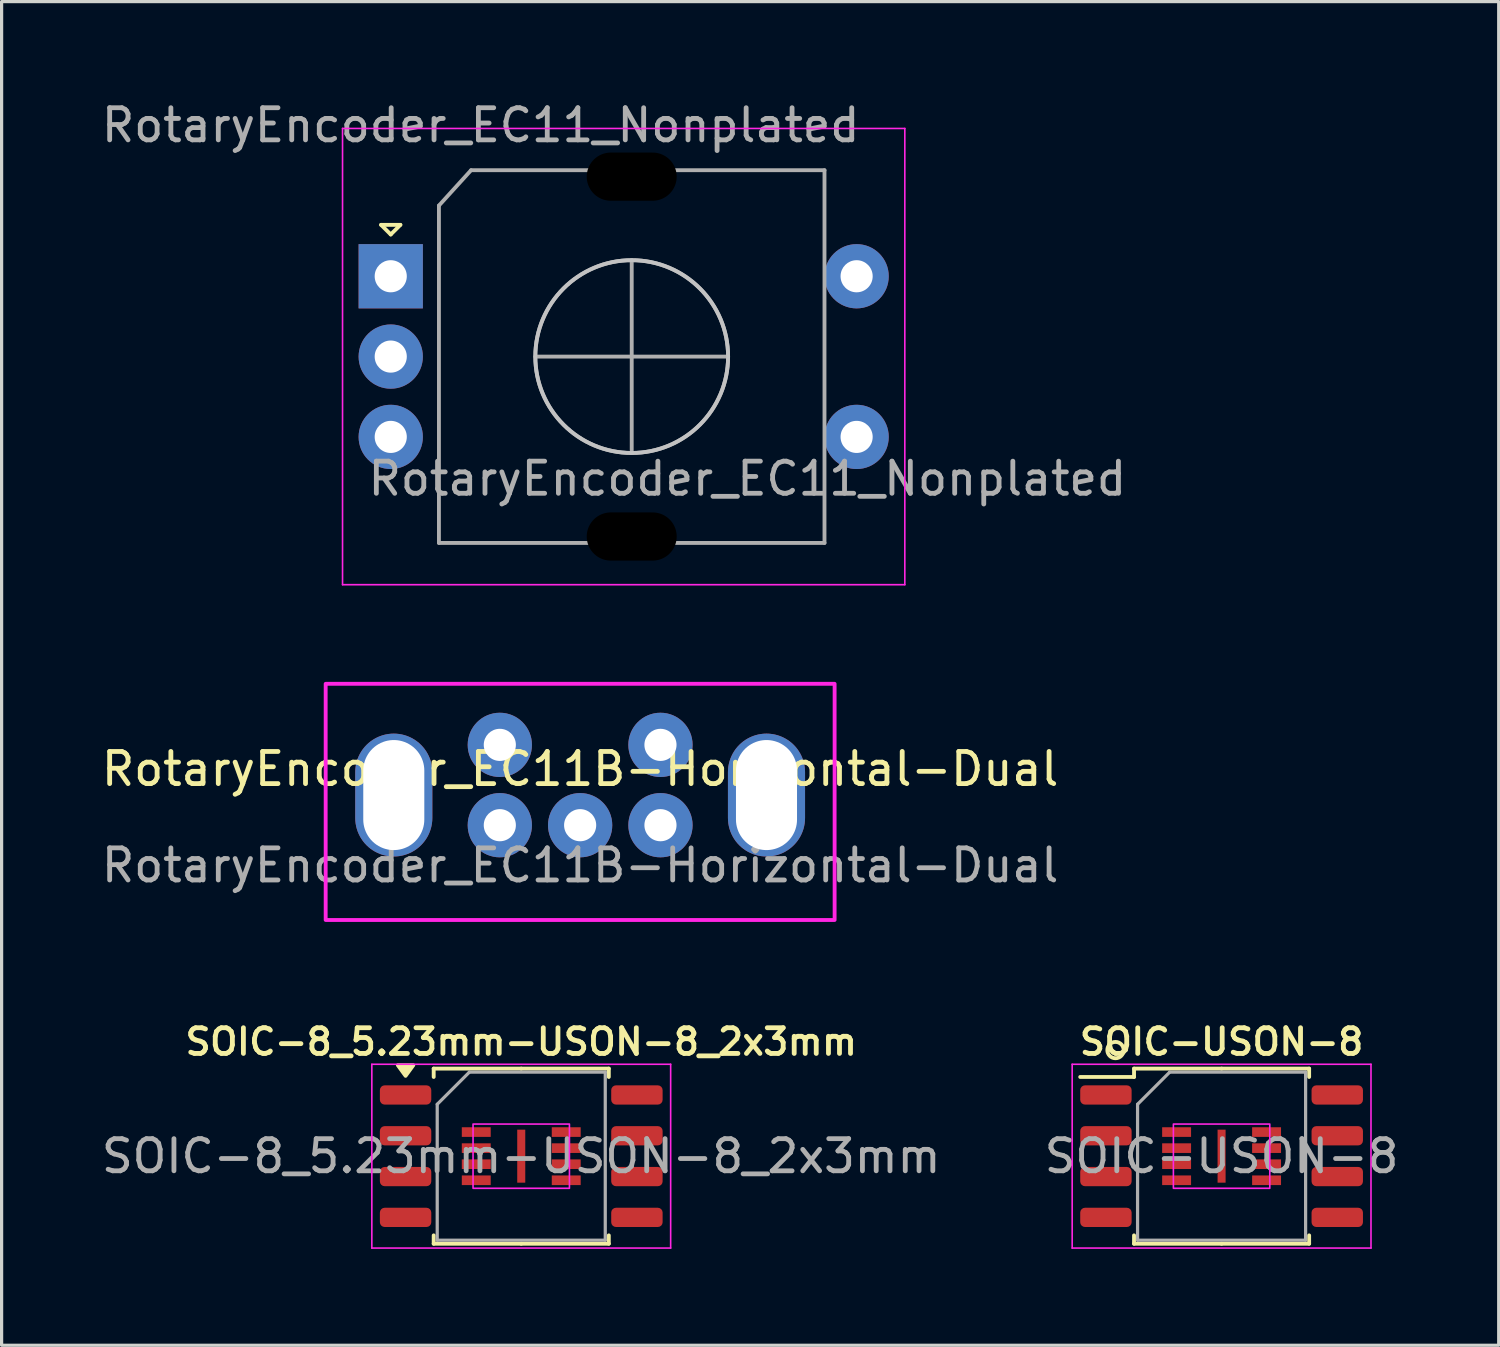
<source format=kicad_pcb>
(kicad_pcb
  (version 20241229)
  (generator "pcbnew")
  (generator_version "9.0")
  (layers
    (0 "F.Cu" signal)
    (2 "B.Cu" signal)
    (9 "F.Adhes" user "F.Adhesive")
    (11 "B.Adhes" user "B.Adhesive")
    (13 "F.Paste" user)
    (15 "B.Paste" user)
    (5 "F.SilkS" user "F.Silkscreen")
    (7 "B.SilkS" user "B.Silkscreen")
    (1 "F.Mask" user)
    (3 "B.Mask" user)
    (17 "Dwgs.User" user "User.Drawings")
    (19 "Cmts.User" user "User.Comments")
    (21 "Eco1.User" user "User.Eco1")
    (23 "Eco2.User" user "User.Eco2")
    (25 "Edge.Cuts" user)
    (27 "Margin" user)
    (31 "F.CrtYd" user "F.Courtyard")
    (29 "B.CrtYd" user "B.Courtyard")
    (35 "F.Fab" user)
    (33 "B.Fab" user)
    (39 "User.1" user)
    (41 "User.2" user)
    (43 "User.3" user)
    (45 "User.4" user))
  (footprint "RotaryEncoder_EC11B-Horizontal-Dual"
    (layer "F.Cu")
    (at 15.006 21.383)
    (property "Reference" "RotaryEncoder_EC11B-Horizontal-Dual" (at 0 -0.5 0) (unlocked yes) (layer "F.SilkS") (effects (font (size 1 1) (thickness 0.15))))
    (fp_rect (start -7.92 -3.15) (end 7.92 4.2) (stroke (width 0.12) (type solid)) (fill no) (layer "F.CrtYd"))
    (fp_text user "${REFERENCE}" (at 0 2.5 0) (unlocked yes) (layer "F.Fab") (effects (font (size 1 1) (thickness 0.15))))
    (pad "" thru_hole oval (at -5.8 0.312) (size 2.4 3.825) (drill oval 1.9 3.425) (layers "*.Cu" "*.Mask"))
    (pad "" thru_hole oval (at 5.8 0.312) (size 2.4 3.825) (drill oval 1.9 3.425) (layers "*.Cu" "*.Mask"))
    (pad "A" thru_hole circle (at -2.5 1.25) (size 2 2) (drill 1) (layers "*.Cu" "*.Mask"))
    (pad "B" thru_hole circle (at 2.5 1.25) (size 2 2) (drill 1) (layers "*.Cu" "*.Mask"))
    (pad "C" thru_hole circle (at 0 1.25) (size 2 2) (drill 1) (layers "*.Cu" "*.Mask"))
    (pad "S1" thru_hole circle (at -2.5 -1.25) (size 2 2) (drill 1) (layers "*.Cu" "*.Mask"))
    (pad "S2" thru_hole circle (at 2.5 -1.25) (size 2 2) (drill 1) (layers "*.Cu" "*.Mask")))
  (footprint "SOIC-8_5.23mm-USON-8_2x3mm"
    (layer "F.Cu")
    (at 13.173 32.934)
    (property "Reference" "SOIC-8_5.23mm-USON-8_2x3mm" (at 0 -3.56 0) (layer "F.SilkS") (effects (font (size 0.8 0.8) (thickness 0.15))))
    (attr smd)
    (fp_line (start -2.725 -2.725) (end -2.725 -2.465) (stroke (width 0.12) (type solid)) (layer "F.SilkS"))
    (fp_line (start -2.725 2.725) (end -2.725 2.465) (stroke (width 0.12) (type solid)) (layer "F.SilkS"))
    (fp_line (start 0 -2.725) (end -2.725 -2.725) (stroke (width 0.12) (type solid)) (layer "F.SilkS"))
    (fp_line (start 0 -2.725) (end 2.725 -2.725) (stroke (width 0.12) (type solid)) (layer "F.SilkS"))
    (fp_line (start 0 2.725) (end -2.725 2.725) (stroke (width 0.12) (type solid)) (layer "F.SilkS"))
    (fp_line (start 0 2.725) (end 2.725 2.725) (stroke (width 0.12) (type solid)) (layer "F.SilkS"))
    (fp_line (start 2.725 -2.725) (end 2.725 -2.465) (stroke (width 0.12) (type solid)) (layer "F.SilkS"))
    (fp_line (start 2.725 2.725) (end 2.725 2.465) (stroke (width 0.12) (type solid)) (layer "F.SilkS"))
    (fp_poly (pts (xy -3.6 -2.5) (xy -3.84 -2.83) (xy -3.36 -2.83) (xy -3.6 -2.5)) (stroke (width 0.12) (type solid)) (fill yes) (layer "F.SilkS"))
    (fp_line (start -4.65 -2.86) (end -4.65 2.86) (stroke (width 0.05) (type solid)) (layer "F.CrtYd"))
    (fp_line (start -4.65 2.86) (end 4.65 2.86) (stroke (width 0.05) (type solid)) (layer "F.CrtYd"))
    (fp_line (start 4.65 -2.86) (end -4.65 -2.86) (stroke (width 0.05) (type solid)) (layer "F.CrtYd"))
    (fp_line (start 4.65 2.86) (end 4.65 -2.86) (stroke (width 0.05) (type solid)) (layer "F.CrtYd"))
    (fp_rect (start -1.5 -1) (end 1.5 1) (stroke (width 0.05) (type solid)) (fill no) (layer "F.CrtYd"))
    (fp_line (start -2.615 -1.615) (end -1.615 -2.615) (stroke (width 0.1) (type solid)) (layer "F.Fab"))
    (fp_line (start -2.615 2.615) (end -2.615 -1.615) (stroke (width 0.1) (type solid)) (layer "F.Fab"))
    (fp_line (start -1.615 -2.615) (end 2.615 -2.615) (stroke (width 0.1) (type solid)) (layer "F.Fab"))
    (fp_line (start 2.615 -2.615) (end 2.615 2.615) (stroke (width 0.1) (type solid)) (layer "F.Fab"))
    (fp_line (start 2.615 2.615) (end -2.615 2.615) (stroke (width 0.1) (type solid)) (layer "F.Fab"))
    (fp_text user "${REFERENCE}" (at 0 0 0) (layer "F.Fab") (effects (font (size 1 1) (thickness 0.15))))
    (pad "1" smd roundrect (at -3.6 -1.905) (size 1.6 0.6) (layers "F.Cu" "F.Mask" "F.Paste") (roundrect_rratio 0.25))
    (pad "1" smd rect (at -1.4 -0.75) (size 0.9 0.3) (layers "F.Cu" "F.Mask" "F.Paste"))
    (pad "2" smd roundrect (at -3.6 -0.635) (size 1.6 0.6) (layers "F.Cu" "F.Mask" "F.Paste") (roundrect_rratio 0.25))
    (pad "2" smd rect (at -1.4 -0.25) (size 0.9 0.3) (layers "F.Cu" "F.Mask" "F.Paste"))
    (pad "3" smd roundrect (at -3.6 0.635) (size 1.6 0.6) (layers "F.Cu" "F.Mask" "F.Paste") (roundrect_rratio 0.25))
    (pad "3" smd rect (at -1.4 0.25) (size 0.9 0.3) (layers "F.Cu" "F.Mask" "F.Paste"))
    (pad "4" smd roundrect (at -3.6 1.905) (size 1.6 0.6) (layers "F.Cu" "F.Mask" "F.Paste") (roundrect_rratio 0.25))
    (pad "4" smd rect (at -1.4 0.75) (size 0.9 0.3) (layers "F.Cu" "F.Mask" "F.Paste"))
    (pad "5" smd rect (at 1.4 0.75) (size 0.9 0.3) (layers "F.Cu" "F.Mask" "F.Paste"))
    (pad "5" smd roundrect (at 3.6 1.905) (size 1.6 0.6) (layers "F.Cu" "F.Mask" "F.Paste") (roundrect_rratio 0.25))
    (pad "6" smd rect (at 1.4 0.25) (size 0.9 0.3) (layers "F.Cu" "F.Mask" "F.Paste"))
    (pad "6" smd roundrect (at 3.6 0.635) (size 1.6 0.6) (layers "F.Cu" "F.Mask" "F.Paste") (roundrect_rratio 0.25))
    (pad "7" smd rect (at 1.4 -0.25) (size 0.9 0.3) (layers "F.Cu" "F.Mask" "F.Paste"))
    (pad "7" smd roundrect (at 3.6 -0.635) (size 1.6 0.6) (layers "F.Cu" "F.Mask" "F.Paste") (roundrect_rratio 0.25))
    (pad "8" smd rect (at 1.4 -0.75) (size 0.9 0.3) (layers "F.Cu" "F.Mask" "F.Paste"))
    (pad "8" smd roundrect (at 3.6 -1.905) (size 1.6 0.6) (layers "F.Cu" "F.Mask" "F.Paste") (roundrect_rratio 0.25))
    (pad "9" smd rect (at 0 0 90) (size 1.65 0.25) (layers "F.Cu" "F.Mask" "F.Paste")))
  (footprint "RotaryEncoder_EC11_Nonplated"
    (layer "F.Cu")
    (at 16.611 8.048)
    (property "Reference" "RotaryEncoder_EC11_Nonplated" (at -4.7 -7.2 0) (layer "F.Fab") (effects (font (size 1 1) (thickness 0.15))))
    (attr through_hole)
    (fp_line (start -7.8 -4.1) (end -7.2 -4.1) (stroke (width 0.12) (type solid)) (layer "F.SilkS"))
    (fp_line (start -7.5 -3.8) (end -7.8 -4.1) (stroke (width 0.12) (type solid)) (layer "F.SilkS"))
    (fp_line (start -7.2 -4.1) (end -7.5 -3.8) (stroke (width 0.12) (type solid)) (layer "F.SilkS"))
    (fp_circle (center 0 0) (end 3 0) (stroke (width 0.12) (type solid)) (fill no) (layer "Dwgs.User"))
    (fp_line (start -9 -7.1) (end -9 7.1) (stroke (width 0.05) (type solid)) (layer "F.CrtYd"))
    (fp_line (start -9 -7.1) (end 8.5 -7.1) (stroke (width 0.05) (type solid)) (layer "F.CrtYd"))
    (fp_line (start 8.5 7.1) (end -9 7.1) (stroke (width 0.05) (type solid)) (layer "F.CrtYd"))
    (fp_line (start 8.5 7.1) (end 8.5 -7.1) (stroke (width 0.05) (type solid)) (layer "F.CrtYd"))
    (fp_line (start -6 -4.7) (end -5 -5.8) (stroke (width 0.12) (type solid)) (layer "F.Fab"))
    (fp_line (start -6 5.8) (end -6 -4.7) (stroke (width 0.12) (type solid)) (layer "F.Fab"))
    (fp_line (start -5 -5.8) (end 6 -5.8) (stroke (width 0.12) (type solid)) (layer "F.Fab"))
    (fp_line (start -3 0) (end 3 0) (stroke (width 0.12) (type solid)) (layer "F.Fab"))
    (fp_line (start 0 -3) (end 0 3) (stroke (width 0.12) (type solid)) (layer "F.Fab"))
    (fp_line (start 6 -5.8) (end 6 5.8) (stroke (width 0.12) (type solid)) (layer "F.Fab"))
    (fp_line (start 6 5.8) (end -6 5.8) (stroke (width 0.12) (type solid)) (layer "F.Fab"))
    (fp_circle (center 0 0) (end 3 0) (stroke (width 0.12) (type solid)) (fill no) (layer "F.Fab"))
    (fp_text user "${REFERENCE}" (at 3.6 3.8 0) (layer "F.Fab") (effects (font (size 1 1) (thickness 0.15))))
    (pad "" np_thru_hole oval (at 0 -5.6) (size 3.2 2) (drill oval 2.8 1.5) (layers "*.Mask"))
    (pad "" np_thru_hole oval (at 0 5.6) (size 3.2 2) (drill oval 2.8 1.5) (layers "*.Mask"))
    (pad "A" thru_hole rect (at -7.5 -2.5) (size 2 2) (drill 1) (layers "*.Cu" "*.Mask"))
    (pad "B" thru_hole circle (at -7.5 2.5) (size 2 2) (drill 1) (layers "*.Cu" "*.Mask"))
    (pad "C" thru_hole circle (at -7.5 0) (size 2 2) (drill 1) (layers "*.Cu" "*.Mask"))
    (pad "S1" thru_hole circle (at 7 2.5) (size 2 2) (drill 1) (layers "*.Cu" "*.Mask"))
    (pad "S2" thru_hole circle (at 7 -2.5) (size 2 2) (drill 1) (layers "*.Cu" "*.Mask")))
  (footprint "SOIC-USON-8"
    (layer "F.Cu")
    (at 34.97 32.934)
    (property "Reference" "SOIC-USON-8" (at 0 -3.56 0) (layer "F.SilkS") (effects (font (size 0.8 0.8) (thickness 0.15))))
    (attr smd)
    (fp_line (start -2.725 -2.725) (end -2.725 -2.465) (stroke (width 0.12) (type solid)) (layer "F.SilkS"))
    (fp_line (start -2.725 -2.465) (end -4.4 -2.465) (stroke (width 0.12) (type solid)) (layer "F.SilkS"))
    (fp_line (start -2.725 2.725) (end -2.725 2.465) (stroke (width 0.12) (type solid)) (layer "F.SilkS"))
    (fp_line (start 0 -2.725) (end -2.725 -2.725) (stroke (width 0.12) (type solid)) (layer "F.SilkS"))
    (fp_line (start 0 -2.725) (end 2.725 -2.725) (stroke (width 0.12) (type solid)) (layer "F.SilkS"))
    (fp_line (start 0 2.725) (end -2.725 2.725) (stroke (width 0.12) (type solid)) (layer "F.SilkS"))
    (fp_line (start 0 2.725) (end 2.725 2.725) (stroke (width 0.12) (type solid)) (layer "F.SilkS"))
    (fp_line (start 2.725 -2.725) (end 2.725 -2.465) (stroke (width 0.12) (type solid)) (layer "F.SilkS"))
    (fp_line (start 2.725 2.725) (end 2.725 2.465) (stroke (width 0.12) (type solid)) (layer "F.SilkS"))
    (fp_circle (center -3.302 -3.302) (end -3.302 -3.048) (stroke (width 0.12) (type solid)) (fill no) (layer "F.SilkS"))
    (fp_line (start -4.65 -2.86) (end -4.65 2.86) (stroke (width 0.05) (type solid)) (layer "F.CrtYd"))
    (fp_line (start -4.65 2.86) (end 4.65 2.86) (stroke (width 0.05) (type solid)) (layer "F.CrtYd"))
    (fp_line (start 4.65 -2.86) (end -4.65 -2.86) (stroke (width 0.05) (type solid)) (layer "F.CrtYd"))
    (fp_line (start 4.65 2.86) (end 4.65 -2.86) (stroke (width 0.05) (type solid)) (layer "F.CrtYd"))
    (fp_rect (start -1.5 -1) (end 1.5 1) (stroke (width 0.05) (type solid)) (fill no) (layer "F.CrtYd"))
    (fp_line (start -2.615 -1.615) (end -1.615 -2.615) (stroke (width 0.1) (type solid)) (layer "F.Fab"))
    (fp_line (start -2.615 2.615) (end -2.615 -1.615) (stroke (width 0.1) (type solid)) (layer "F.Fab"))
    (fp_line (start -1.615 -2.615) (end 2.615 -2.615) (stroke (width 0.1) (type solid)) (layer "F.Fab"))
    (fp_line (start 2.615 -2.615) (end 2.615 2.615) (stroke (width 0.1) (type solid)) (layer "F.Fab"))
    (fp_line (start 2.615 2.615) (end -2.615 2.615) (stroke (width 0.1) (type solid)) (layer "F.Fab"))
    (fp_text user "${REFERENCE}" (at 0 0 0) (layer "F.Fab") (effects (font (size 1 1) (thickness 0.15))))
    (pad "1" smd roundrect (at -3.6 -1.905) (size 1.6 0.6) (layers "F.Cu" "F.Mask" "F.Paste") (roundrect_rratio 0.25))
    (pad "1" smd rect (at -1.4 -0.75) (size 0.9 0.3) (layers "F.Cu" "F.Mask" "F.Paste"))
    (pad "2" smd roundrect (at -3.6 -0.635) (size 1.6 0.6) (layers "F.Cu" "F.Mask" "F.Paste") (roundrect_rratio 0.25))
    (pad "2" smd rect (at -1.4 -0.25) (size 0.9 0.3) (layers "F.Cu" "F.Mask" "F.Paste"))
    (pad "3" smd roundrect (at -3.6 0.635) (size 1.6 0.6) (layers "F.Cu" "F.Mask" "F.Paste") (roundrect_rratio 0.25))
    (pad "3" smd rect (at -1.4 0.25) (size 0.9 0.3) (layers "F.Cu" "F.Mask" "F.Paste"))
    (pad "4" smd roundrect (at -3.6 1.905) (size 1.6 0.6) (layers "F.Cu" "F.Mask" "F.Paste") (roundrect_rratio 0.25))
    (pad "4" smd rect (at -1.4 0.75) (size 0.9 0.3) (layers "F.Cu" "F.Mask" "F.Paste"))
    (pad "5" smd rect (at 1.4 0.75) (size 0.9 0.3) (layers "F.Cu" "F.Mask" "F.Paste"))
    (pad "5" smd roundrect (at 3.6 1.905) (size 1.6 0.6) (layers "F.Cu" "F.Mask" "F.Paste") (roundrect_rratio 0.25))
    (pad "6" smd rect (at 1.4 0.25) (size 0.9 0.3) (layers "F.Cu" "F.Mask" "F.Paste"))
    (pad "6" smd roundrect (at 3.6 0.635) (size 1.6 0.6) (layers "F.Cu" "F.Mask" "F.Paste") (roundrect_rratio 0.25))
    (pad "7" smd rect (at 1.4 -0.25) (size 0.9 0.3) (layers "F.Cu" "F.Mask" "F.Paste"))
    (pad "7" smd roundrect (at 3.6 -0.635) (size 1.6 0.6) (layers "F.Cu" "F.Mask" "F.Paste") (roundrect_rratio 0.25))
    (pad "8" smd rect (at 1.4 -0.75) (size 0.9 0.3) (layers "F.Cu" "F.Mask" "F.Paste"))
    (pad "8" smd roundrect (at 3.6 -1.905) (size 1.6 0.6) (layers "F.Cu" "F.Mask" "F.Paste") (roundrect_rratio 0.25))
    (pad "9" smd rect (at 0 0 90) (size 1.65 0.25) (layers "F.Cu" "F.Mask" "F.Paste")))
  (gr_rect
    (start -3 -3)
    (end 43.595 38.819)
    (stroke (width 0.1) (type default))
    (fill no)
    (layer "Edge.Cuts")))
</source>
